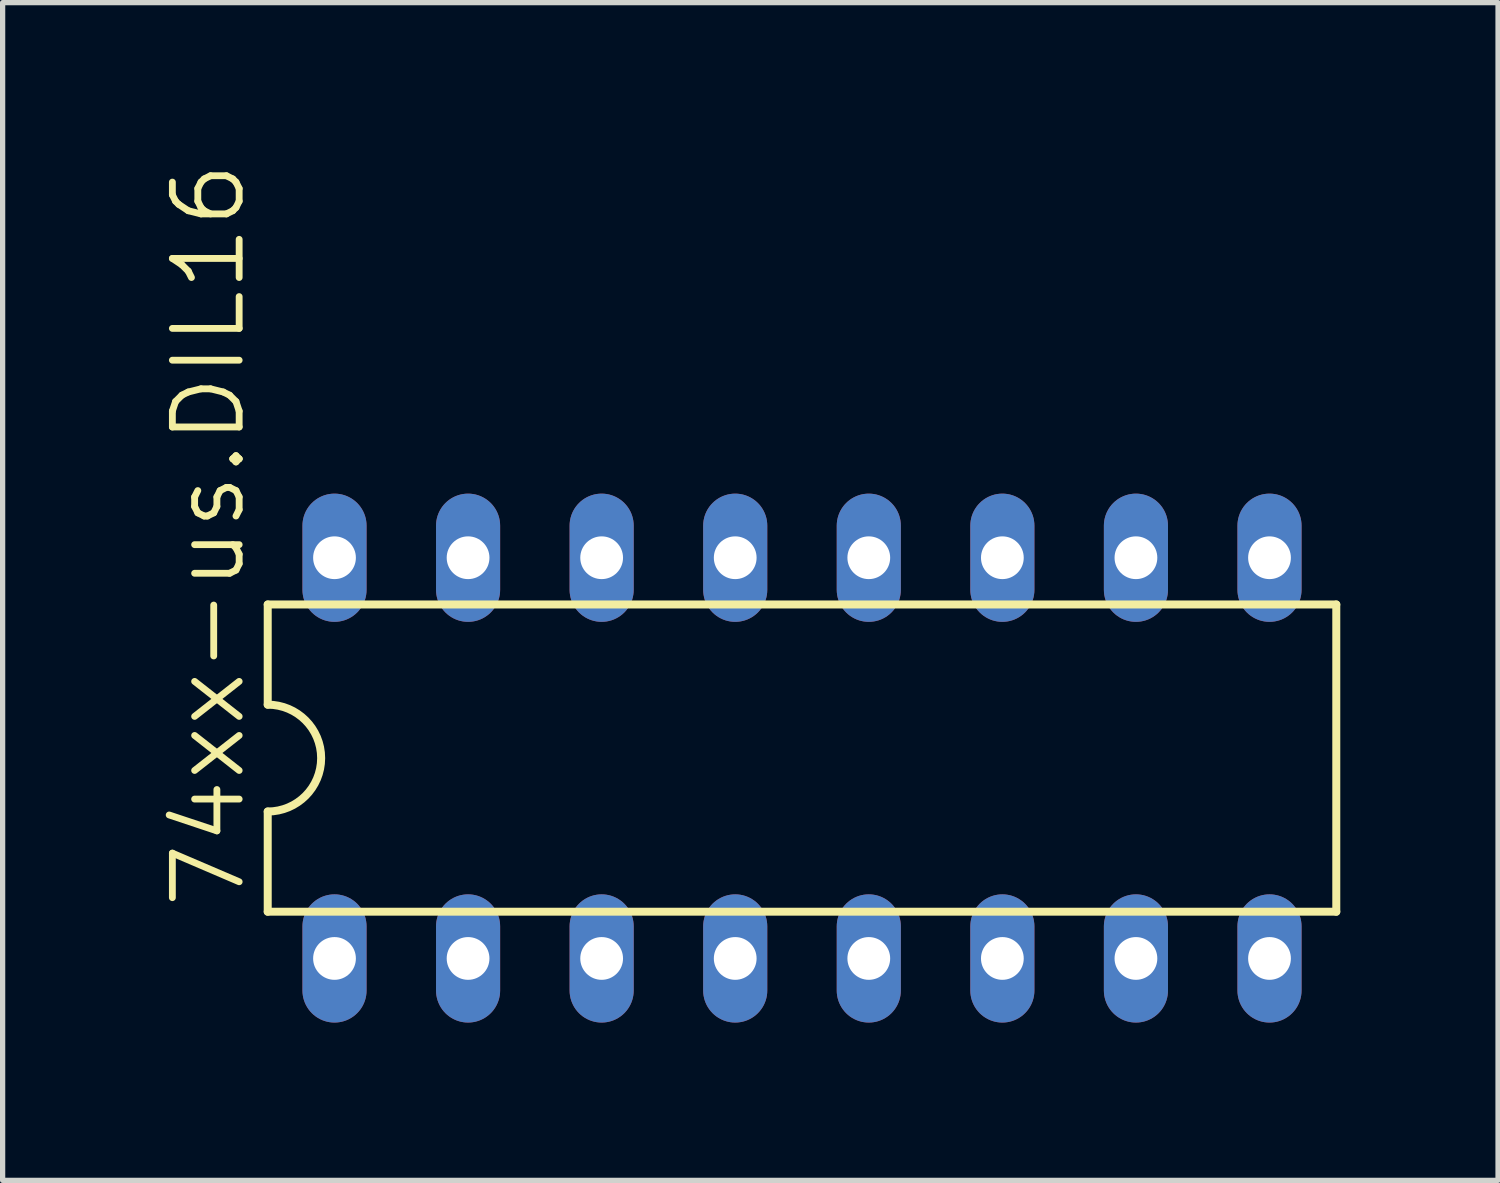
<source format=kicad_pcb>
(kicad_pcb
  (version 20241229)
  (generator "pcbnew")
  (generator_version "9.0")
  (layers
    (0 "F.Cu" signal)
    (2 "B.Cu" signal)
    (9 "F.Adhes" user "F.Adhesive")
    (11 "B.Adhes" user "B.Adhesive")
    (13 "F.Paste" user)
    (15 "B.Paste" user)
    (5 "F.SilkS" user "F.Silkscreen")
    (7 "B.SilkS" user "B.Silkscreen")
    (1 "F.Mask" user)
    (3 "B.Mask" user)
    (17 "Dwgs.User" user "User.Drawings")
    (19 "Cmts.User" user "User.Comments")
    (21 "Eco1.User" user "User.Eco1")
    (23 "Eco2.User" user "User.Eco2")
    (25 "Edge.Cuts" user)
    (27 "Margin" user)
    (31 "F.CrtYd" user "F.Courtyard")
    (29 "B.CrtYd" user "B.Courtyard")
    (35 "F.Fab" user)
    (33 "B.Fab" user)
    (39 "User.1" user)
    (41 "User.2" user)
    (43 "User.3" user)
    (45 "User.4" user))
  (footprint "74xx-us.DIL16"
    (layer "F.Cu")
    (at 12.201 11.366)
    (property "Reference" "74xx-us.DIL16" (at -10.541 2.921 90) (layer "F.SilkS") (effects (font (size 1.27 1.27) (thickness 0.13)) (justify left bottom)))
    (attr through_hole)
    (fp_line (start -10.16 -2.921) (end -10.16 -1.016) (stroke (width 0.152) (type default)) (layer "F.SilkS"))
    (fp_line (start -10.16 2.921) (end -10.16 1.016) (stroke (width 0.152) (type default)) (layer "F.SilkS"))
    (fp_line (start -10.16 2.921) (end 10.16 2.921) (stroke (width 0.152) (type default)) (layer "F.SilkS"))
    (fp_line (start 10.16 -2.921) (end -10.16 -2.921) (stroke (width 0.152) (type default)) (layer "F.SilkS"))
    (fp_line (start 10.16 -2.921) (end 10.16 2.921) (stroke (width 0.152) (type default)) (layer "F.SilkS"))
    (fp_arc (start -10.16 -1.016) (mid -9.144 0) (end -10.16 1.016) (stroke (width 0.1524) (type default)) (layer "F.SilkS"))
    (pad "1" thru_hole oval (at -8.89 3.81 90) (size 2.438 1.219) (drill 0.813) (layers "*.Cu" "*.Mask"))
    (pad "2" thru_hole oval (at -6.35 3.81 90) (size 2.438 1.219) (drill 0.813) (layers "*.Cu" "*.Mask"))
    (pad "3" thru_hole oval (at -3.81 3.81 90) (size 2.438 1.219) (drill 0.813) (layers "*.Cu" "*.Mask"))
    (pad "4" thru_hole oval (at -1.27 3.81 90) (size 2.438 1.219) (drill 0.813) (layers "*.Cu" "*.Mask"))
    (pad "5" thru_hole oval (at 1.27 3.81 90) (size 2.438 1.219) (drill 0.813) (layers "*.Cu" "*.Mask"))
    (pad "6" thru_hole oval (at 3.81 3.81 90) (size 2.438 1.219) (drill 0.813) (layers "*.Cu" "*.Mask"))
    (pad "7" thru_hole oval (at 6.35 3.81 90) (size 2.438 1.219) (drill 0.813) (layers "*.Cu" "*.Mask"))
    (pad "8" thru_hole oval (at 8.89 3.81 90) (size 2.438 1.219) (drill 0.813) (layers "*.Cu" "*.Mask"))
    (pad "9" thru_hole oval (at 8.89 -3.81 90) (size 2.438 1.219) (drill 0.813) (layers "*.Cu" "*.Mask"))
    (pad "10" thru_hole oval (at 6.35 -3.81 90) (size 2.438 1.219) (drill 0.813) (layers "*.Cu" "*.Mask"))
    (pad "11" thru_hole oval (at 3.81 -3.81 90) (size 2.438 1.219) (drill 0.813) (layers "*.Cu" "*.Mask"))
    (pad "12" thru_hole oval (at 1.27 -3.81 90) (size 2.438 1.219) (drill 0.813) (layers "*.Cu" "*.Mask"))
    (pad "13" thru_hole oval (at -1.27 -3.81 90) (size 2.438 1.219) (drill 0.813) (layers "*.Cu" "*.Mask"))
    (pad "14" thru_hole oval (at -3.81 -3.81 90) (size 2.438 1.219) (drill 0.813) (layers "*.Cu" "*.Mask"))
    (pad "15" thru_hole oval (at -6.35 -3.81 90) (size 2.438 1.219) (drill 0.813) (layers "*.Cu" "*.Mask"))
    (pad "16" thru_hole oval (at -8.89 -3.81 90) (size 2.438 1.219) (drill 0.813) (layers "*.Cu" "*.Mask")))
  (gr_rect
    (start -3 -3)
    (end 25.437 19.396)
    (stroke (width 0.1) (type default))
    (fill no)
    (layer "Edge.Cuts")))
</source>
